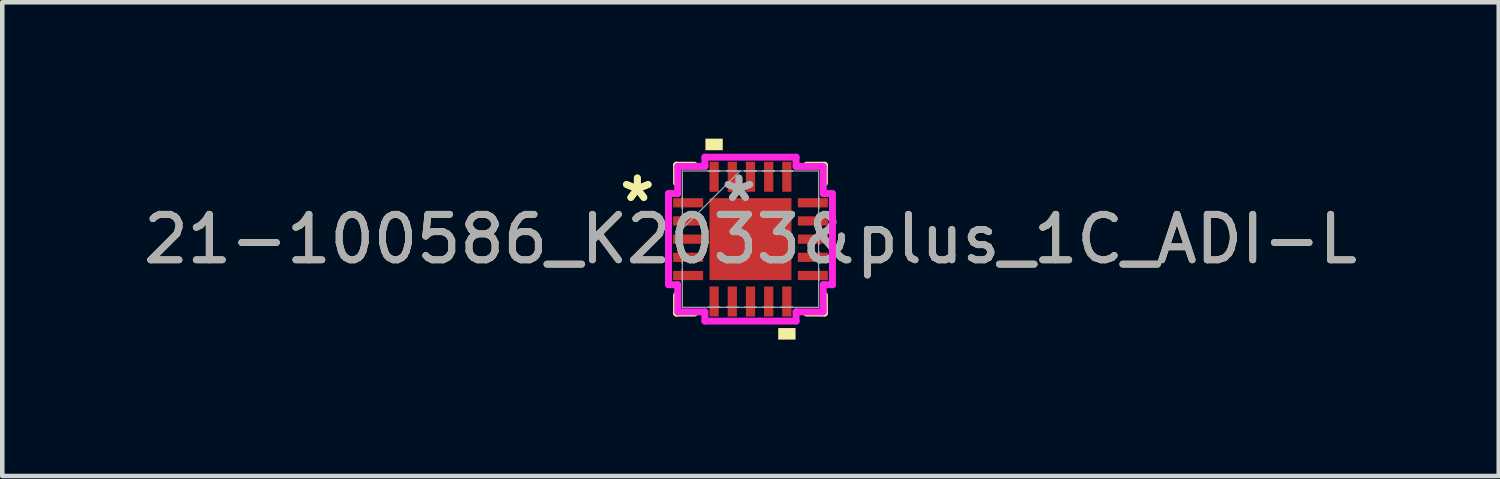
<source format=kicad_pcb>
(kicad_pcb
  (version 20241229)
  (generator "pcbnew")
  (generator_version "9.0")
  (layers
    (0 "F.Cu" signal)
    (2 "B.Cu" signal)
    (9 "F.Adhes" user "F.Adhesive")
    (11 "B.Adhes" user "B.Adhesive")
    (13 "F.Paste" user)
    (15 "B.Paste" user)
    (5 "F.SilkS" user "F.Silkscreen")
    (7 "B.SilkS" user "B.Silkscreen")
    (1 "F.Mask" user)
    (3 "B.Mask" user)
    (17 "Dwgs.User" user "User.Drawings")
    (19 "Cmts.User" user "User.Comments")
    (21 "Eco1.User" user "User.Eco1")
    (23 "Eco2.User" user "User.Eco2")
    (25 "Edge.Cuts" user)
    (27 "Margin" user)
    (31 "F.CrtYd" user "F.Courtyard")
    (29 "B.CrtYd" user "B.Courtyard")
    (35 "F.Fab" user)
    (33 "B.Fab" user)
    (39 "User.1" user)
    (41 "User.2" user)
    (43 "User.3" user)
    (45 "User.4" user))
  (footprint "21-100586_K2033&plus_1C_ADI-L"
    (layer "F.Cu")
    (at 13.458 2.21)
    (property "Reference" "21-100586_K2033&plus_1C_ADI-L" (at 0 0 0) (unlocked yes) (layer "F.SilkS") (effects (font (size 1 1) (thickness 0.15))))
    (attr smd)
    (fp_line (start -1.626 -1.626) (end -1.626 -1.234) (stroke (width 0.152) (type solid)) (layer "F.SilkS"))
    (fp_line (start -1.626 1.234) (end -1.626 1.626) (stroke (width 0.152) (type solid)) (layer "F.SilkS"))
    (fp_line (start -1.626 1.626) (end -1.234 1.626) (stroke (width 0.152) (type solid)) (layer "F.SilkS"))
    (fp_line (start -1.234 -1.626) (end -1.626 -1.626) (stroke (width 0.152) (type solid)) (layer "F.SilkS"))
    (fp_line (start 1.234 1.626) (end 1.626 1.626) (stroke (width 0.152) (type solid)) (layer "F.SilkS"))
    (fp_line (start 1.626 -1.626) (end 1.234 -1.626) (stroke (width 0.152) (type solid)) (layer "F.SilkS"))
    (fp_line (start 1.626 -1.234) (end 1.626 -1.626) (stroke (width 0.152) (type solid)) (layer "F.SilkS"))
    (fp_line (start 1.626 1.626) (end 1.626 1.234) (stroke (width 0.152) (type solid)) (layer "F.SilkS"))
    (fp_poly (pts (xy -0.991 -1.956) (xy -0.991 -2.21) (xy -0.61 -2.21) (xy -0.61 -1.956)) (stroke (width 0) (type solid)) (fill yes) (layer "F.SilkS"))
    (fp_poly (pts (xy 0.61 1.956) (xy 0.61 2.21) (xy 0.991 2.21) (xy 0.991 1.956)) (stroke (width 0) (type solid)) (fill yes) (layer "F.SilkS"))
    (fp_line (start -1.803 -1.003) (end -1.6 -1.003) (stroke (width 0.152) (type solid)) (layer "F.CrtYd"))
    (fp_line (start -1.803 1.003) (end -1.803 -1.003) (stroke (width 0.152) (type solid)) (layer "F.CrtYd"))
    (fp_line (start -1.6 -1.6) (end -1.003 -1.6) (stroke (width 0.152) (type solid)) (layer "F.CrtYd"))
    (fp_line (start -1.6 -1.003) (end -1.6 -1.6) (stroke (width 0.152) (type solid)) (layer "F.CrtYd"))
    (fp_line (start -1.6 1.003) (end -1.803 1.003) (stroke (width 0.152) (type solid)) (layer "F.CrtYd"))
    (fp_line (start -1.6 1.6) (end -1.6 1.003) (stroke (width 0.152) (type solid)) (layer "F.CrtYd"))
    (fp_line (start -1.003 -1.803) (end 1.003 -1.803) (stroke (width 0.152) (type solid)) (layer "F.CrtYd"))
    (fp_line (start -1.003 -1.6) (end -1.003 -1.803) (stroke (width 0.152) (type solid)) (layer "F.CrtYd"))
    (fp_line (start -1.003 1.6) (end -1.6 1.6) (stroke (width 0.152) (type solid)) (layer "F.CrtYd"))
    (fp_line (start -1.003 1.803) (end -1.003 1.6) (stroke (width 0.152) (type solid)) (layer "F.CrtYd"))
    (fp_line (start 1.003 -1.803) (end 1.003 -1.6) (stroke (width 0.152) (type solid)) (layer "F.CrtYd"))
    (fp_line (start 1.003 -1.6) (end 1.6 -1.6) (stroke (width 0.152) (type solid)) (layer "F.CrtYd"))
    (fp_line (start 1.003 1.6) (end 1.003 1.803) (stroke (width 0.152) (type solid)) (layer "F.CrtYd"))
    (fp_line (start 1.003 1.803) (end -1.003 1.803) (stroke (width 0.152) (type solid)) (layer "F.CrtYd"))
    (fp_line (start 1.6 -1.6) (end 1.6 -1.003) (stroke (width 0.152) (type solid)) (layer "F.CrtYd"))
    (fp_line (start 1.6 -1.003) (end 1.803 -1.003) (stroke (width 0.152) (type solid)) (layer "F.CrtYd"))
    (fp_line (start 1.6 1.003) (end 1.6 1.6) (stroke (width 0.152) (type solid)) (layer "F.CrtYd"))
    (fp_line (start 1.6 1.6) (end 1.003 1.6) (stroke (width 0.152) (type solid)) (layer "F.CrtYd"))
    (fp_line (start 1.803 -1.003) (end 1.803 1.003) (stroke (width 0.152) (type solid)) (layer "F.CrtYd"))
    (fp_line (start 1.803 1.003) (end 1.6 1.003) (stroke (width 0.152) (type solid)) (layer "F.CrtYd"))
    (fp_line (start -1.499 -1.499) (end -1.499 1.499) (stroke (width 0.025) (type solid)) (layer "F.Fab"))
    (fp_line (start -1.499 -0.927) (end -1.499 -0.927) (stroke (width 0.025) (type solid)) (layer "F.Fab"))
    (fp_line (start -1.499 -0.927) (end -1.499 -0.673) (stroke (width 0.025) (type solid)) (layer "F.Fab"))
    (fp_line (start -1.499 -0.673) (end -1.499 -0.927) (stroke (width 0.025) (type solid)) (layer "F.Fab"))
    (fp_line (start -1.499 -0.673) (end -1.499 -0.673) (stroke (width 0.025) (type solid)) (layer "F.Fab"))
    (fp_line (start -1.499 -0.527) (end -1.499 -0.527) (stroke (width 0.025) (type solid)) (layer "F.Fab"))
    (fp_line (start -1.499 -0.527) (end -1.499 -0.273) (stroke (width 0.025) (type solid)) (layer "F.Fab"))
    (fp_line (start -1.499 -0.273) (end -1.499 -0.527) (stroke (width 0.025) (type solid)) (layer "F.Fab"))
    (fp_line (start -1.499 -0.273) (end -1.499 -0.273) (stroke (width 0.025) (type solid)) (layer "F.Fab"))
    (fp_line (start -1.499 -0.229) (end -0.229 -1.499) (stroke (width 0.025) (type solid)) (layer "F.Fab"))
    (fp_line (start -1.499 -0.127) (end -1.499 -0.127) (stroke (width 0.025) (type solid)) (layer "F.Fab"))
    (fp_line (start -1.499 -0.127) (end -1.499 0.127) (stroke (width 0.025) (type solid)) (layer "F.Fab"))
    (fp_line (start -1.499 0.127) (end -1.499 -0.127) (stroke (width 0.025) (type solid)) (layer "F.Fab"))
    (fp_line (start -1.499 0.127) (end -1.499 0.127) (stroke (width 0.025) (type solid)) (layer "F.Fab"))
    (fp_line (start -1.499 0.273) (end -1.499 0.273) (stroke (width 0.025) (type solid)) (layer "F.Fab"))
    (fp_line (start -1.499 0.273) (end -1.499 0.527) (stroke (width 0.025) (type solid)) (layer "F.Fab"))
    (fp_line (start -1.499 0.527) (end -1.499 0.273) (stroke (width 0.025) (type solid)) (layer "F.Fab"))
    (fp_line (start -1.499 0.527) (end -1.499 0.527) (stroke (width 0.025) (type solid)) (layer "F.Fab"))
    (fp_line (start -1.499 0.673) (end -1.499 0.673) (stroke (width 0.025) (type solid)) (layer "F.Fab"))
    (fp_line (start -1.499 0.673) (end -1.499 0.927) (stroke (width 0.025) (type solid)) (layer "F.Fab"))
    (fp_line (start -1.499 0.927) (end -1.499 0.673) (stroke (width 0.025) (type solid)) (layer "F.Fab"))
    (fp_line (start -1.499 0.927) (end -1.499 0.927) (stroke (width 0.025) (type solid)) (layer "F.Fab"))
    (fp_line (start -1.499 1.499) (end 1.499 1.499) (stroke (width 0.025) (type solid)) (layer "F.Fab"))
    (fp_line (start -0.927 -1.499) (end -0.927 -1.499) (stroke (width 0.025) (type solid)) (layer "F.Fab"))
    (fp_line (start -0.927 -1.499) (end -0.673 -1.499) (stroke (width 0.025) (type solid)) (layer "F.Fab"))
    (fp_line (start -0.927 1.499) (end -0.927 1.499) (stroke (width 0.025) (type solid)) (layer "F.Fab"))
    (fp_line (start -0.927 1.499) (end -0.673 1.499) (stroke (width 0.025) (type solid)) (layer "F.Fab"))
    (fp_line (start -0.673 -1.499) (end -0.927 -1.499) (stroke (width 0.025) (type solid)) (layer "F.Fab"))
    (fp_line (start -0.673 -1.499) (end -0.673 -1.499) (stroke (width 0.025) (type solid)) (layer "F.Fab"))
    (fp_line (start -0.673 1.499) (end -0.927 1.499) (stroke (width 0.025) (type solid)) (layer "F.Fab"))
    (fp_line (start -0.673 1.499) (end -0.673 1.499) (stroke (width 0.025) (type solid)) (layer "F.Fab"))
    (fp_line (start -0.527 -1.499) (end -0.527 -1.499) (stroke (width 0.025) (type solid)) (layer "F.Fab"))
    (fp_line (start -0.527 -1.499) (end -0.273 -1.499) (stroke (width 0.025) (type solid)) (layer "F.Fab"))
    (fp_line (start -0.527 1.499) (end -0.527 1.499) (stroke (width 0.025) (type solid)) (layer "F.Fab"))
    (fp_line (start -0.527 1.499) (end -0.273 1.499) (stroke (width 0.025) (type solid)) (layer "F.Fab"))
    (fp_line (start -0.273 -1.499) (end -0.527 -1.499) (stroke (width 0.025) (type solid)) (layer "F.Fab"))
    (fp_line (start -0.273 -1.499) (end -0.273 -1.499) (stroke (width 0.025) (type solid)) (layer "F.Fab"))
    (fp_line (start -0.273 1.499) (end -0.527 1.499) (stroke (width 0.025) (type solid)) (layer "F.Fab"))
    (fp_line (start -0.273 1.499) (end -0.273 1.499) (stroke (width 0.025) (type solid)) (layer "F.Fab"))
    (fp_line (start -0.127 -1.499) (end -0.127 -1.499) (stroke (width 0.025) (type solid)) (layer "F.Fab"))
    (fp_line (start -0.127 -1.499) (end 0.127 -1.499) (stroke (width 0.025) (type solid)) (layer "F.Fab"))
    (fp_line (start -0.127 1.499) (end -0.127 1.499) (stroke (width 0.025) (type solid)) (layer "F.Fab"))
    (fp_line (start -0.127 1.499) (end 0.127 1.499) (stroke (width 0.025) (type solid)) (layer "F.Fab"))
    (fp_line (start 0.127 -1.499) (end -0.127 -1.499) (stroke (width 0.025) (type solid)) (layer "F.Fab"))
    (fp_line (start 0.127 -1.499) (end 0.127 -1.499) (stroke (width 0.025) (type solid)) (layer "F.Fab"))
    (fp_line (start 0.127 1.499) (end -0.127 1.499) (stroke (width 0.025) (type solid)) (layer "F.Fab"))
    (fp_line (start 0.127 1.499) (end 0.127 1.499) (stroke (width 0.025) (type solid)) (layer "F.Fab"))
    (fp_line (start 0.273 -1.499) (end 0.273 -1.499) (stroke (width 0.025) (type solid)) (layer "F.Fab"))
    (fp_line (start 0.273 -1.499) (end 0.527 -1.499) (stroke (width 0.025) (type solid)) (layer "F.Fab"))
    (fp_line (start 0.273 1.499) (end 0.273 1.499) (stroke (width 0.025) (type solid)) (layer "F.Fab"))
    (fp_line (start 0.273 1.499) (end 0.527 1.499) (stroke (width 0.025) (type solid)) (layer "F.Fab"))
    (fp_line (start 0.527 -1.499) (end 0.273 -1.499) (stroke (width 0.025) (type solid)) (layer "F.Fab"))
    (fp_line (start 0.527 -1.499) (end 0.527 -1.499) (stroke (width 0.025) (type solid)) (layer "F.Fab"))
    (fp_line (start 0.527 1.499) (end 0.273 1.499) (stroke (width 0.025) (type solid)) (layer "F.Fab"))
    (fp_line (start 0.527 1.499) (end 0.527 1.499) (stroke (width 0.025) (type solid)) (layer "F.Fab"))
    (fp_line (start 0.673 -1.499) (end 0.673 -1.499) (stroke (width 0.025) (type solid)) (layer "F.Fab"))
    (fp_line (start 0.673 -1.499) (end 0.927 -1.499) (stroke (width 0.025) (type solid)) (layer "F.Fab"))
    (fp_line (start 0.673 1.499) (end 0.673 1.499) (stroke (width 0.025) (type solid)) (layer "F.Fab"))
    (fp_line (start 0.673 1.499) (end 0.927 1.499) (stroke (width 0.025) (type solid)) (layer "F.Fab"))
    (fp_line (start 0.927 -1.499) (end 0.673 -1.499) (stroke (width 0.025) (type solid)) (layer "F.Fab"))
    (fp_line (start 0.927 -1.499) (end 0.927 -1.499) (stroke (width 0.025) (type solid)) (layer "F.Fab"))
    (fp_line (start 0.927 1.499) (end 0.673 1.499) (stroke (width 0.025) (type solid)) (layer "F.Fab"))
    (fp_line (start 0.927 1.499) (end 0.927 1.499) (stroke (width 0.025) (type solid)) (layer "F.Fab"))
    (fp_line (start 1.499 -1.499) (end -1.499 -1.499) (stroke (width 0.025) (type solid)) (layer "F.Fab"))
    (fp_line (start 1.499 -0.927) (end 1.499 -0.927) (stroke (width 0.025) (type solid)) (layer "F.Fab"))
    (fp_line (start 1.499 -0.927) (end 1.499 -0.673) (stroke (width 0.025) (type solid)) (layer "F.Fab"))
    (fp_line (start 1.499 -0.673) (end 1.499 -0.927) (stroke (width 0.025) (type solid)) (layer "F.Fab"))
    (fp_line (start 1.499 -0.673) (end 1.499 -0.673) (stroke (width 0.025) (type solid)) (layer "F.Fab"))
    (fp_line (start 1.499 -0.527) (end 1.499 -0.527) (stroke (width 0.025) (type solid)) (layer "F.Fab"))
    (fp_line (start 1.499 -0.527) (end 1.499 -0.273) (stroke (width 0.025) (type solid)) (layer "F.Fab"))
    (fp_line (start 1.499 -0.273) (end 1.499 -0.527) (stroke (width 0.025) (type solid)) (layer "F.Fab"))
    (fp_line (start 1.499 -0.273) (end 1.499 -0.273) (stroke (width 0.025) (type solid)) (layer "F.Fab"))
    (fp_line (start 1.499 -0.127) (end 1.499 -0.127) (stroke (width 0.025) (type solid)) (layer "F.Fab"))
    (fp_line (start 1.499 -0.127) (end 1.499 0.127) (stroke (width 0.025) (type solid)) (layer "F.Fab"))
    (fp_line (start 1.499 0.127) (end 1.499 -0.127) (stroke (width 0.025) (type solid)) (layer "F.Fab"))
    (fp_line (start 1.499 0.127) (end 1.499 0.127) (stroke (width 0.025) (type solid)) (layer "F.Fab"))
    (fp_line (start 1.499 0.273) (end 1.499 0.273) (stroke (width 0.025) (type solid)) (layer "F.Fab"))
    (fp_line (start 1.499 0.273) (end 1.499 0.527) (stroke (width 0.025) (type solid)) (layer "F.Fab"))
    (fp_line (start 1.499 0.527) (end 1.499 0.273) (stroke (width 0.025) (type solid)) (layer "F.Fab"))
    (fp_line (start 1.499 0.527) (end 1.499 0.527) (stroke (width 0.025) (type solid)) (layer "F.Fab"))
    (fp_line (start 1.499 0.673) (end 1.499 0.673) (stroke (width 0.025) (type solid)) (layer "F.Fab"))
    (fp_line (start 1.499 0.673) (end 1.499 0.927) (stroke (width 0.025) (type solid)) (layer "F.Fab"))
    (fp_line (start 1.499 0.927) (end 1.499 0.673) (stroke (width 0.025) (type solid)) (layer "F.Fab"))
    (fp_line (start 1.499 0.927) (end 1.499 0.927) (stroke (width 0.025) (type solid)) (layer "F.Fab"))
    (fp_line (start 1.499 1.499) (end 1.499 -1.499) (stroke (width 0.025) (type solid)) (layer "F.Fab"))
    (fp_text user "*" (at -2.489 -0.8 0) (layer "F.SilkS") (effects (font (size 1 1) (thickness 0.15))))
    (fp_text user "*" (at -2.489 -0.8 0) (unlocked yes) (layer "F.SilkS") (effects (font (size 1 1) (thickness 0.15))))
    (fp_text user "*" (at -0.254 -0.8 0) (layer "F.Fab") (effects (font (size 1 1) (thickness 0.15))))
    (fp_text user "${REFERENCE}" (at 0 0 0) (unlocked yes) (layer "F.Fab") (effects (font (size 1 1) (thickness 0.15))))
    (fp_text user "*" (at -0.254 -0.8 0) (unlocked yes) (layer "F.Fab") (effects (font (size 1 1) (thickness 0.15))))
    (pad "1" smd rect (at -1.372 -0.8 90) (size 0.203 0.66) (layers "F.Cu" "F.Mask" "F.Paste"))
    (pad "2" smd rect (at -1.372 -0.4 90) (size 0.203 0.66) (layers "F.Cu" "F.Mask" "F.Paste"))
    (pad "3" smd rect (at -1.372 0 90) (size 0.203 0.66) (layers "F.Cu" "F.Mask" "F.Paste"))
    (pad "4" smd rect (at -1.372 0.4 90) (size 0.203 0.66) (layers "F.Cu" "F.Mask" "F.Paste"))
    (pad "5" smd rect (at -1.372 0.8 90) (size 0.203 0.66) (layers "F.Cu" "F.Mask" "F.Paste"))
    (pad "6" smd rect (at -0.8 1.372) (size 0.203 0.66) (layers "F.Cu" "F.Mask" "F.Paste"))
    (pad "7" smd rect (at -0.4 1.372) (size 0.203 0.66) (layers "F.Cu" "F.Mask" "F.Paste"))
    (pad "8" smd rect (at 0 1.372) (size 0.203 0.66) (layers "F.Cu" "F.Mask" "F.Paste"))
    (pad "9" smd rect (at 0.4 1.372) (size 0.203 0.66) (layers "F.Cu" "F.Mask" "F.Paste"))
    (pad "10" smd rect (at 0.8 1.372) (size 0.203 0.66) (layers "F.Cu" "F.Mask" "F.Paste"))
    (pad "11" smd rect (at 1.372 0.8 90) (size 0.203 0.66) (layers "F.Cu" "F.Mask" "F.Paste"))
    (pad "12" smd rect (at 1.372 0.4 90) (size 0.203 0.66) (layers "F.Cu" "F.Mask" "F.Paste"))
    (pad "13" smd rect (at 1.372 0 90) (size 0.203 0.66) (layers "F.Cu" "F.Mask" "F.Paste"))
    (pad "14" smd rect (at 1.372 -0.4 90) (size 0.203 0.66) (layers "F.Cu" "F.Mask" "F.Paste"))
    (pad "15" smd rect (at 1.372 -0.8 90) (size 0.203 0.66) (layers "F.Cu" "F.Mask" "F.Paste"))
    (pad "16" smd rect (at 0.8 -1.372) (size 0.203 0.66) (layers "F.Cu" "F.Mask" "F.Paste"))
    (pad "17" smd rect (at 0.4 -1.372) (size 0.203 0.66) (layers "F.Cu" "F.Mask" "F.Paste"))
    (pad "18" smd rect (at 0 -1.372) (size 0.203 0.66) (layers "F.Cu" "F.Mask" "F.Paste"))
    (pad "19" smd rect (at -0.4 -1.372) (size 0.203 0.66) (layers "F.Cu" "F.Mask" "F.Paste"))
    (pad "20" smd rect (at -0.8 -1.372) (size 0.203 0.66) (layers "F.Cu" "F.Mask" "F.Paste"))
    (pad "21" smd rect (at 0 0) (size 1.803 1.803) (layers "F.Cu" "F.Mask" "F.Paste")))
  (gr_rect
    (start -3 -3)
    (end 29.917 7.42)
    (stroke (width 0.1) (type default))
    (fill no)
    (layer "Edge.Cuts")))
</source>
